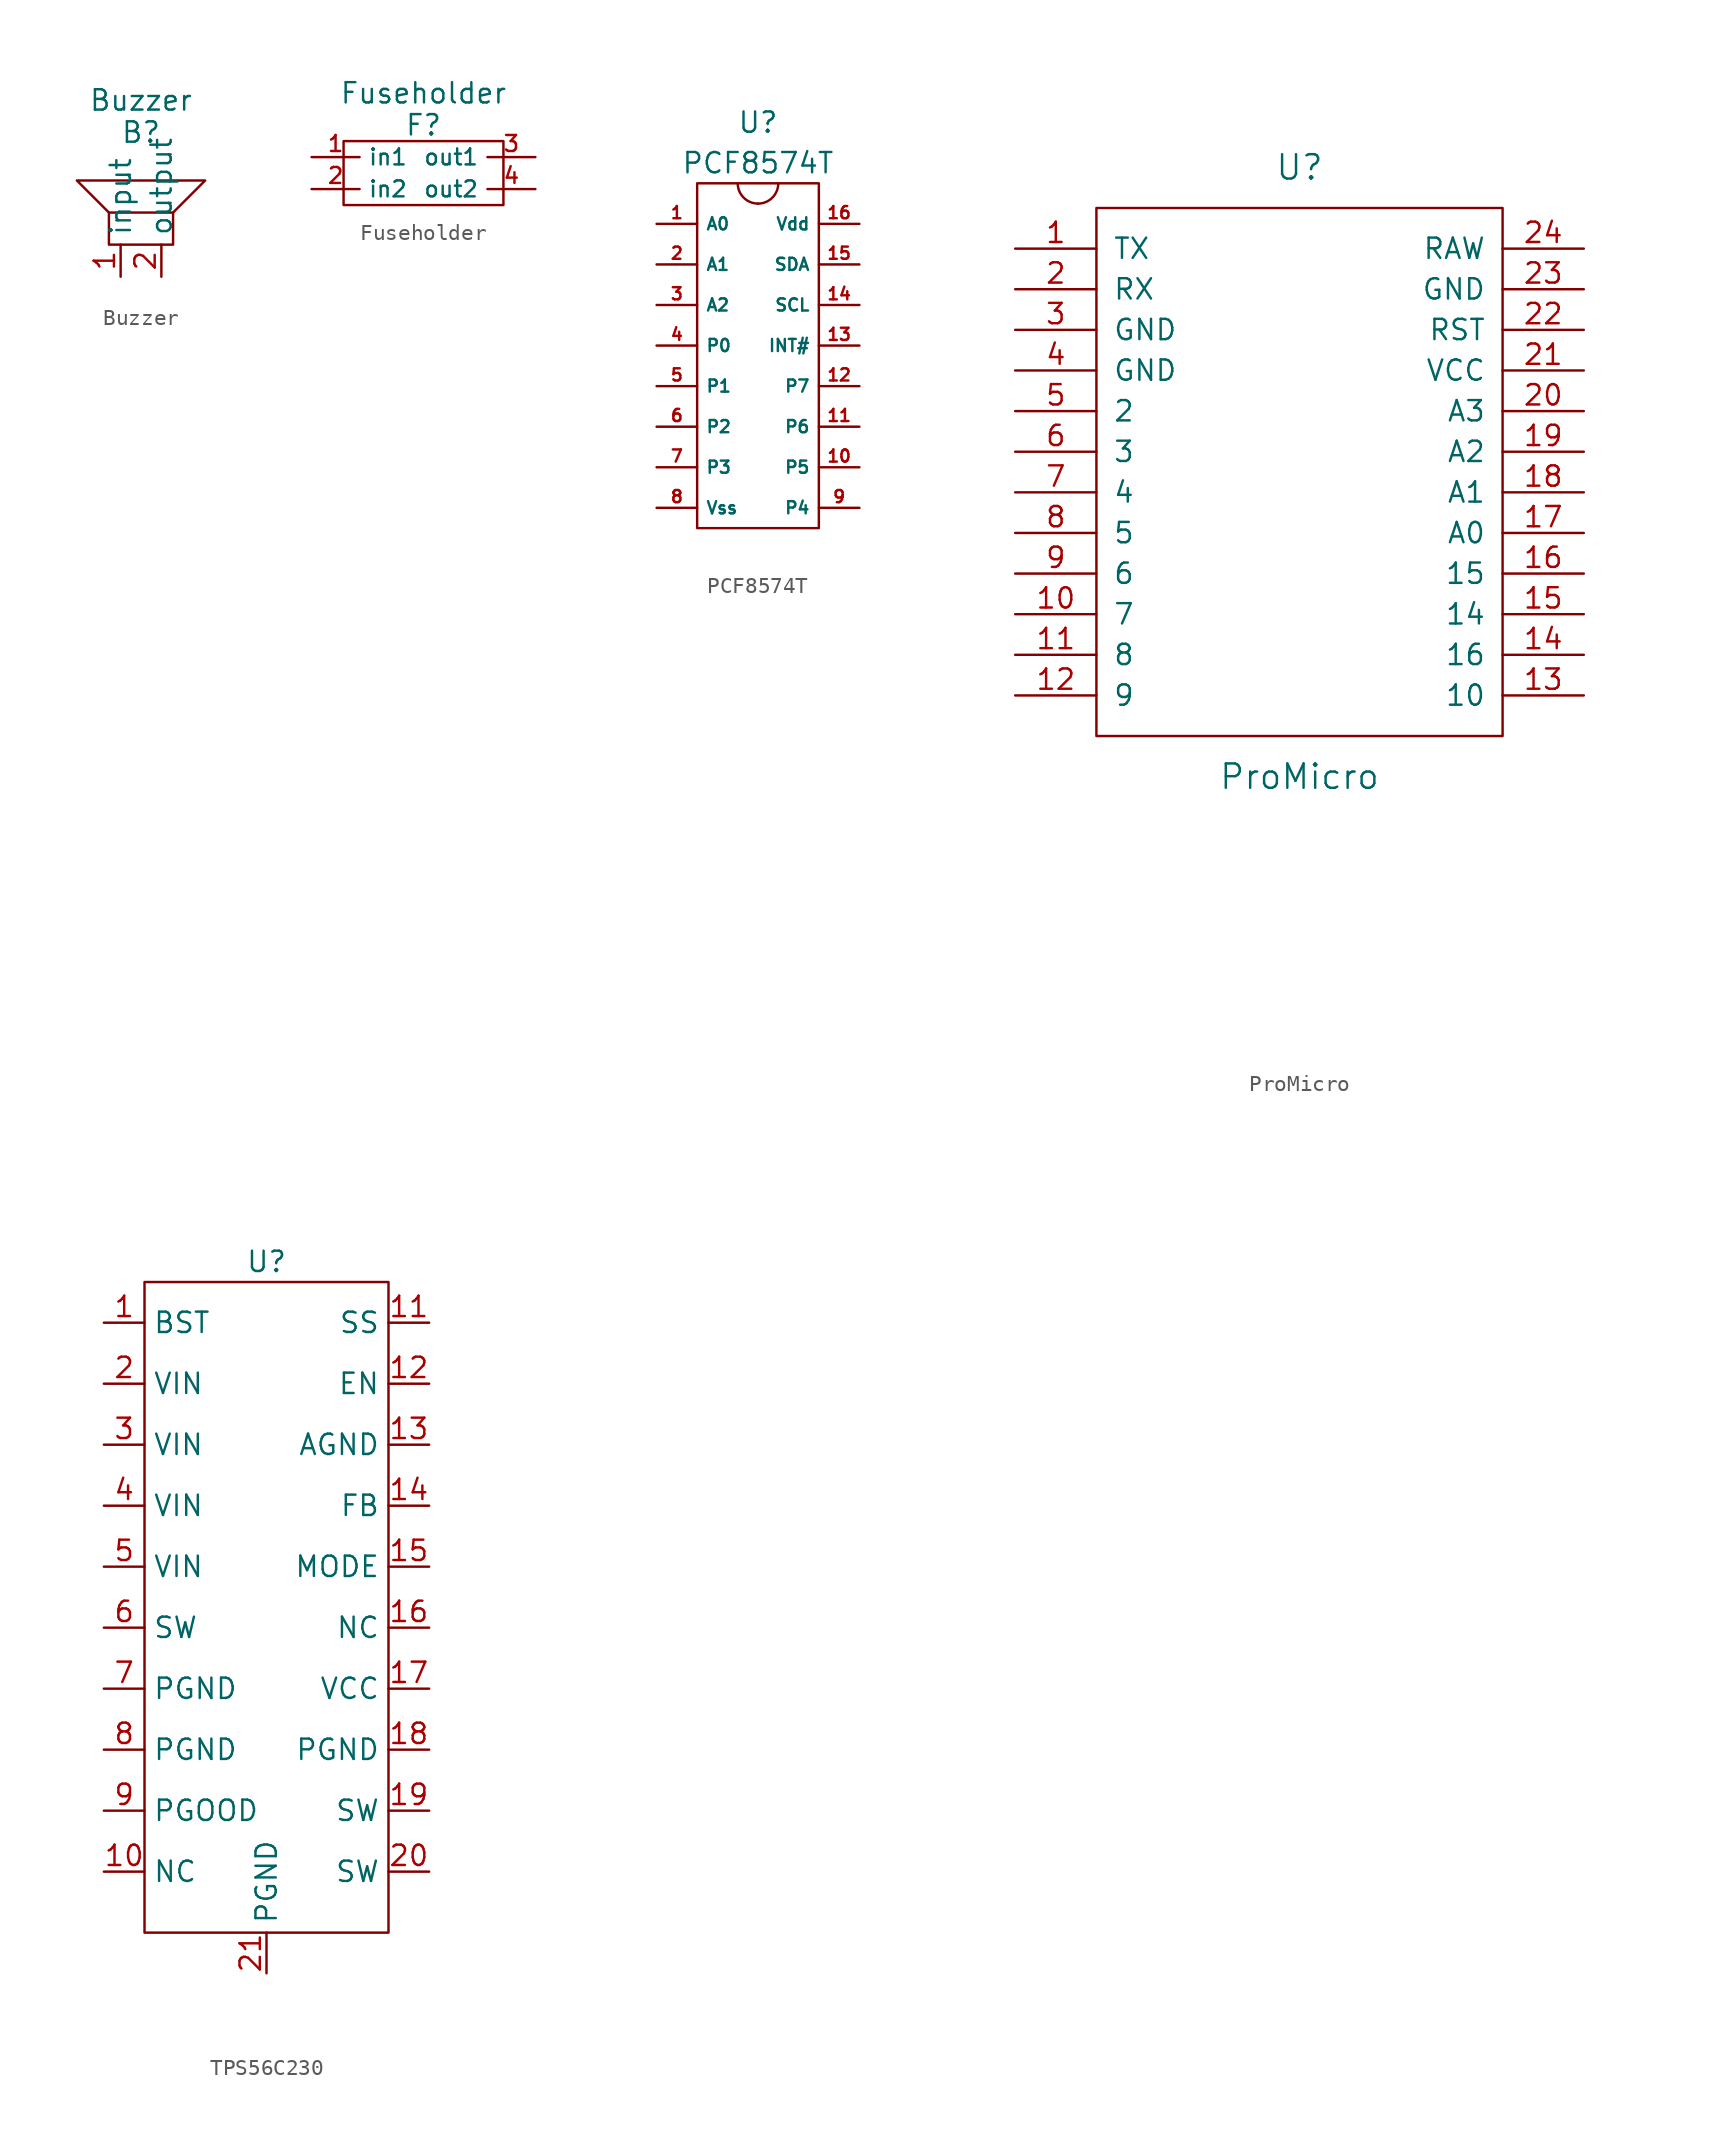
<source format=kicad_sym>
(kicad_symbol_lib
  (version 20220914)
  (generator kicad_symbol_editor)
  (symbol "Buzzer"
    (property "Reference" "B"
      (at 0 9 0)
      (effects (font (size 1.27 1.27))))
    (property "Value" "Buzzer"
      (at 0 11 0)
      (effects (font (size 1.27 1.27))))
    (symbol "Buzzer_0_1"
      (rectangle (start -2 4) (end 2 2) (stroke (width 0) (type default)) (fill (type none)))
      (polyline (pts (xy -2 4) (xy -4 6) (xy 4 6) (xy 2 4)) (stroke (width 0) (type default)) (fill (type none))))
    (symbol "Buzzer_1_1"
      (pin passive line (at -1.27 0 90) (length 2) (name "input" (effects (font (size 1.27 1.27)))) (number "1" (effects (font (size 1.27 1.27)))))
      (pin passive line (at 1.27 0 90) (length 2) (name "output" (effects (font (size 1.27 1.27)))) (number "2" (effects (font (size 1.27 1.27)))))))
  (symbol "Fuseholder"
    (property "Reference" "F"
      (at 0 3 0)
      (effects (font (size 1.27 1.27))))
    (property "Value" "Fuseholder"
      (at 0 5 0)
      (effects (font (size 1.27 1.27))))
    (symbol "Fuseholder_0_0"
      (rectangle (start -5 2) (end 5 -2) (stroke (width 0) (type default)) (fill (type none))))
    (symbol "Fuseholder_1_1"
      (pin passive line (at -7 1 0) (length 3) (name "in1" (effects (font (size 1 1)))) (number "1" (effects (font (size 1 1)))))
      (pin passive line (at -7 -1 0) (length 3) (name "in2" (effects (font (size 1 1)))) (number "2" (effects (font (size 1 1)))))
      (pin passive line (at 7 1 180) (length 3) (name "out1" (effects (font (size 1 1)))) (number "3" (effects (font (size 1 1)))))
      (pin passive line (at 7 -1 180) (length 3) (name "out2" (effects (font (size 1 1)))) (number "4" (effects (font (size 1 1)))))))
  (symbol "PCF8574T"
    (property "Reference" "U"
      (at 0 10.16 0)
      (effects (font (size 1.27 1.27))))
    (property "Value" "PCF8574T"
      (at 0 7.62 0)
      (effects (font (size 1.27 1.27))))
    (symbol "PCF8574T_0_1"
      (rectangle (start -3.81 6.35) (end 3.81 -15.24) (stroke (width 0) (type default)) (fill (type none)))
      (arc (start -1.27 6.35) (mid -0.898 5.452) (end 0 5.08) (stroke (width 0) (type default)) (fill (type none)))
      (arc (start 0 5.08) (mid 0.898 5.452) (end 1.27 6.35) (stroke (width 0) (type default)) (fill (type none))))
    (symbol "PCF8574T_1_1"
      (pin passive line (at -6.35 3.81 0) (length 2.54) (name "A0" (effects (font (size 0.762 0.762)))) (number "1" (effects (font (size 0.762 0.762)))))
      (pin passive line (at 6.35 -11.43 180) (length 2.54) (name "P5" (effects (font (size 0.762 0.762)))) (number "10" (effects (font (size 0.762 0.762)))))
      (pin passive line (at 6.35 -8.89 180) (length 2.54) (name "P6" (effects (font (size 0.762 0.762)))) (number "11" (effects (font (size 0.762 0.762)))))
      (pin passive line (at 6.35 -6.35 180) (length 2.54) (name "P7" (effects (font (size 0.762 0.762)))) (number "12" (effects (font (size 0.762 0.762)))))
      (pin passive line (at 6.35 -3.81 180) (length 2.54) (name "INT#" (effects (font (size 0.762 0.762)))) (number "13" (effects (font (size 0.762 0.762)))))
      (pin passive line (at 6.35 -1.27 180) (length 2.54) (name "SCL" (effects (font (size 0.762 0.762)))) (number "14" (effects (font (size 0.762 0.762)))))
      (pin passive line (at 6.35 1.27 180) (length 2.54) (name "SDA" (effects (font (size 0.762 0.762)))) (number "15" (effects (font (size 0.762 0.762)))))
      (pin passive line (at 6.35 3.81 180) (length 2.54) (name "Vdd" (effects (font (size 0.762 0.762)))) (number "16" (effects (font (size 0.762 0.762)))))
      (pin passive line (at -6.35 1.27 0) (length 2.54) (name "A1" (effects (font (size 0.762 0.762)))) (number "2" (effects (font (size 0.762 0.762)))))
      (pin passive line (at -6.35 -1.27 0) (length 2.54) (name "A2" (effects (font (size 0.762 0.762)))) (number "3" (effects (font (size 0.762 0.762)))))
      (pin passive line (at -6.35 -3.81 0) (length 2.54) (name "P0" (effects (font (size 0.762 0.762)))) (number "4" (effects (font (size 0.762 0.762)))))
      (pin passive line (at -6.35 -6.35 0) (length 2.54) (name "P1" (effects (font (size 0.762 0.762)))) (number "5" (effects (font (size 0.762 0.762)))))
      (pin passive line (at -6.35 -8.89 0) (length 2.54) (name "P2" (effects (font (size 0.762 0.762)))) (number "6" (effects (font (size 0.762 0.762)))))
      (pin passive line (at -6.35 -11.43 0) (length 2.54) (name "P3" (effects (font (size 0.762 0.762)))) (number "7" (effects (font (size 0.762 0.762)))))
      (pin passive line (at -6.35 -13.97 0) (length 2.54) (name "Vss" (effects (font (size 0.762 0.762)))) (number "8" (effects (font (size 0.762 0.762)))))
      (pin passive line (at 6.35 -13.97 180) (length 2.54) (name "P4" (effects (font (size 0.762 0.762)))) (number "9" (effects (font (size 0.762 0.762)))))))
  (symbol "ProMicro"
    (pin_names
      (offset 1.016))
    (property "Reference" "U"
      (at 0 24.13 0)
      (effects (font (size 1.524 1.524))))
    (property "Value" "ProMicro"
      (at 0 -13.97 0)
      (effects (font (size 1.524 1.524))))
    (property "Footprint" ""
      (at 2.54 -26.67 0)
      (effects (font (size 1.524 1.524))))
    (property "Datasheet" ""
      (at 2.54 -26.67 0)
      (effects (font (size 1.524 1.524))))
    (symbol "ProMicro_0_1"
      (rectangle (start -12.7 21.59) (end 12.7 -11.43) (stroke (width 0) (type default)) (fill (type none))))
    (symbol "ProMicro_1_1"
      (pin bidirectional line (at -17.78 19.05 0) (length 5.08) (name "TX" (effects (font (size 1.27 1.27)))) (number "1" (effects (font (size 1.27 1.27)))))
      (pin bidirectional line (at -17.78 -3.81 0) (length 5.08) (name "7" (effects (font (size 1.27 1.27)))) (number "10" (effects (font (size 1.27 1.27)))))
      (pin bidirectional line (at -17.78 -6.35 0) (length 5.08) (name "8" (effects (font (size 1.27 1.27)))) (number "11" (effects (font (size 1.27 1.27)))))
      (pin bidirectional line (at -17.78 -8.89 0) (length 5.08) (name "9" (effects (font (size 1.27 1.27)))) (number "12" (effects (font (size 1.27 1.27)))))
      (pin bidirectional line (at 17.78 -8.89 180) (length 5.08) (name "10" (effects (font (size 1.27 1.27)))) (number "13" (effects (font (size 1.27 1.27)))))
      (pin bidirectional line (at 17.78 -6.35 180) (length 5.08) (name "16" (effects (font (size 1.27 1.27)))) (number "14" (effects (font (size 1.27 1.27)))))
      (pin bidirectional line (at 17.78 -3.81 180) (length 5.08) (name "14" (effects (font (size 1.27 1.27)))) (number "15" (effects (font (size 1.27 1.27)))))
      (pin bidirectional line (at 17.78 -1.27 180) (length 5.08) (name "15" (effects (font (size 1.27 1.27)))) (number "16" (effects (font (size 1.27 1.27)))))
      (pin bidirectional line (at 17.78 1.27 180) (length 5.08) (name "A0" (effects (font (size 1.27 1.27)))) (number "17" (effects (font (size 1.27 1.27)))))
      (pin bidirectional line (at 17.78 3.81 180) (length 5.08) (name "A1" (effects (font (size 1.27 1.27)))) (number "18" (effects (font (size 1.27 1.27)))))
      (pin bidirectional line (at 17.78 6.35 180) (length 5.08) (name "A2" (effects (font (size 1.27 1.27)))) (number "19" (effects (font (size 1.27 1.27)))))
      (pin bidirectional line (at -17.78 16.51 0) (length 5.08) (name "RX" (effects (font (size 1.27 1.27)))) (number "2" (effects (font (size 1.27 1.27)))))
      (pin bidirectional line (at 17.78 8.89 180) (length 5.08) (name "A3" (effects (font (size 1.27 1.27)))) (number "20" (effects (font (size 1.27 1.27)))))
      (pin power_in line (at 17.78 11.43 180) (length 5.08) (name "VCC" (effects (font (size 1.27 1.27)))) (number "21" (effects (font (size 1.27 1.27)))))
      (pin input line (at 17.78 13.97 180) (length 5.08) (name "RST" (effects (font (size 1.27 1.27)))) (number "22" (effects (font (size 1.27 1.27)))))
      (pin power_in line (at 17.78 16.51 180) (length 5.08) (name "GND" (effects (font (size 1.27 1.27)))) (number "23" (effects (font (size 1.27 1.27)))))
      (pin power_out line (at 17.78 19.05 180) (length 5.08) (name "RAW" (effects (font (size 1.27 1.27)))) (number "24" (effects (font (size 1.27 1.27)))))
      (pin power_in line (at -17.78 13.97 0) (length 5.08) (name "GND" (effects (font (size 1.27 1.27)))) (number "3" (effects (font (size 1.27 1.27)))))
      (pin power_in line (at -17.78 11.43 0) (length 5.08) (name "GND" (effects (font (size 1.27 1.27)))) (number "4" (effects (font (size 1.27 1.27)))))
      (pin bidirectional line (at -17.78 8.89 0) (length 5.08) (name "2" (effects (font (size 1.27 1.27)))) (number "5" (effects (font (size 1.27 1.27)))))
      (pin bidirectional line (at -17.78 6.35 0) (length 5.08) (name "3" (effects (font (size 1.27 1.27)))) (number "6" (effects (font (size 1.27 1.27)))))
      (pin bidirectional line (at -17.78 3.81 0) (length 5.08) (name "4" (effects (font (size 1.27 1.27)))) (number "7" (effects (font (size 1.27 1.27)))))
      (pin bidirectional line (at -17.78 1.27 0) (length 5.08) (name "5" (effects (font (size 1.27 1.27)))) (number "8" (effects (font (size 1.27 1.27)))))
      (pin bidirectional line (at -17.78 -1.27 0) (length 5.08) (name "6" (effects (font (size 1.27 1.27)))) (number "9" (effects (font (size 1.27 1.27)))))))
  (symbol "TPS56C230"
    (property "Reference" "U"
      (at 0 19.05 0)
      (effects (font (size 1.27 1.27))))
    (property "Value" ""
      (at 0 19.05 0)
      (effects (font (size 1.27 1.27))))
    (symbol "TPS56C230_0_1"
      (rectangle (start -7.62 17.78) (end 7.62 -22.86) (stroke (width 0) (type default)) (fill (type none))))
    (symbol "TPS56C230_1_1"
      (pin input line (at -10.16 15.24 0) (length 2.54) (name "BST" (effects (font (size 1.27 1.27)))) (number "1" (effects (font (size 1.27 1.27)))))
      (pin passive line (at -10.16 -19.05 0) (length 2.54) (name "NC" (effects (font (size 1.27 1.27)))) (number "10" (effects (font (size 1.27 1.27)))))
      (pin input line (at 10.16 15.24 180) (length 2.54) (name "SS" (effects (font (size 1.27 1.27)))) (number "11" (effects (font (size 1.27 1.27)))))
      (pin bidirectional line (at 10.16 11.43 180) (length 2.54) (name "EN" (effects (font (size 1.27 1.27)))) (number "12" (effects (font (size 1.27 1.27)))))
      (pin passive line (at 10.16 7.62 180) (length 2.54) (name "AGND" (effects (font (size 1.27 1.27)))) (number "13" (effects (font (size 1.27 1.27)))))
      (pin bidirectional line (at 10.16 3.81 180) (length 2.54) (name "FB" (effects (font (size 1.27 1.27)))) (number "14" (effects (font (size 1.27 1.27)))))
      (pin bidirectional line (at 10.16 0 180) (length 2.54) (name "MODE" (effects (font (size 1.27 1.27)))) (number "15" (effects (font (size 1.27 1.27)))))
      (pin passive line (at 10.16 -3.81 180) (length 2.54) (name "NC" (effects (font (size 1.27 1.27)))) (number "16" (effects (font (size 1.27 1.27)))))
      (pin bidirectional line (at 10.16 -7.62 180) (length 2.54) (name "VCC" (effects (font (size 1.27 1.27)))) (number "17" (effects (font (size 1.27 1.27)))))
      (pin passive line (at 10.16 -11.43 180) (length 2.54) (name "PGND" (effects (font (size 1.27 1.27)))) (number "18" (effects (font (size 1.27 1.27)))))
      (pin bidirectional line (at 10.16 -15.24 180) (length 2.54) (name "SW" (effects (font (size 1.27 1.27)))) (number "19" (effects (font (size 1.27 1.27)))))
      (pin passive line (at -10.16 11.43 0) (length 2.54) (name "VIN" (effects (font (size 1.27 1.27)))) (number "2" (effects (font (size 1.27 1.27)))))
      (pin bidirectional line (at 10.16 -19.05 180) (length 2.54) (name "SW" (effects (font (size 1.27 1.27)))) (number "20" (effects (font (size 1.27 1.27)))))
      (pin passive line (at 0 -25.4 90) (length 2.54) (name "PGND" (effects (font (size 1.27 1.27)))) (number "21" (effects (font (size 1.27 1.27)))))
      (pin passive line (at -10.16 7.62 0) (length 2.54) (name "VIN" (effects (font (size 1.27 1.27)))) (number "3" (effects (font (size 1.27 1.27)))))
      (pin passive line (at -10.16 3.81 0) (length 2.54) (name "VIN" (effects (font (size 1.27 1.27)))) (number "4" (effects (font (size 1.27 1.27)))))
      (pin passive line (at -10.16 0 0) (length 2.54) (name "VIN" (effects (font (size 1.27 1.27)))) (number "5" (effects (font (size 1.27 1.27)))))
      (pin output line (at -10.16 -3.81 0) (length 2.54) (name "SW" (effects (font (size 1.27 1.27)))) (number "6" (effects (font (size 1.27 1.27)))))
      (pin passive line (at -10.16 -7.62 0) (length 2.54) (name "PGND" (effects (font (size 1.27 1.27)))) (number "7" (effects (font (size 1.27 1.27)))))
      (pin passive line (at -10.16 -11.43 0) (length 2.54) (name "PGND" (effects (font (size 1.27 1.27)))) (number "8" (effects (font (size 1.27 1.27)))))
      (pin output line (at -10.16 -15.24 0) (length 2.54) (name "PGOOD" (effects (font (size 1.27 1.27)))) (number "9" (effects (font (size 1.27 1.27))))))))
</source>
